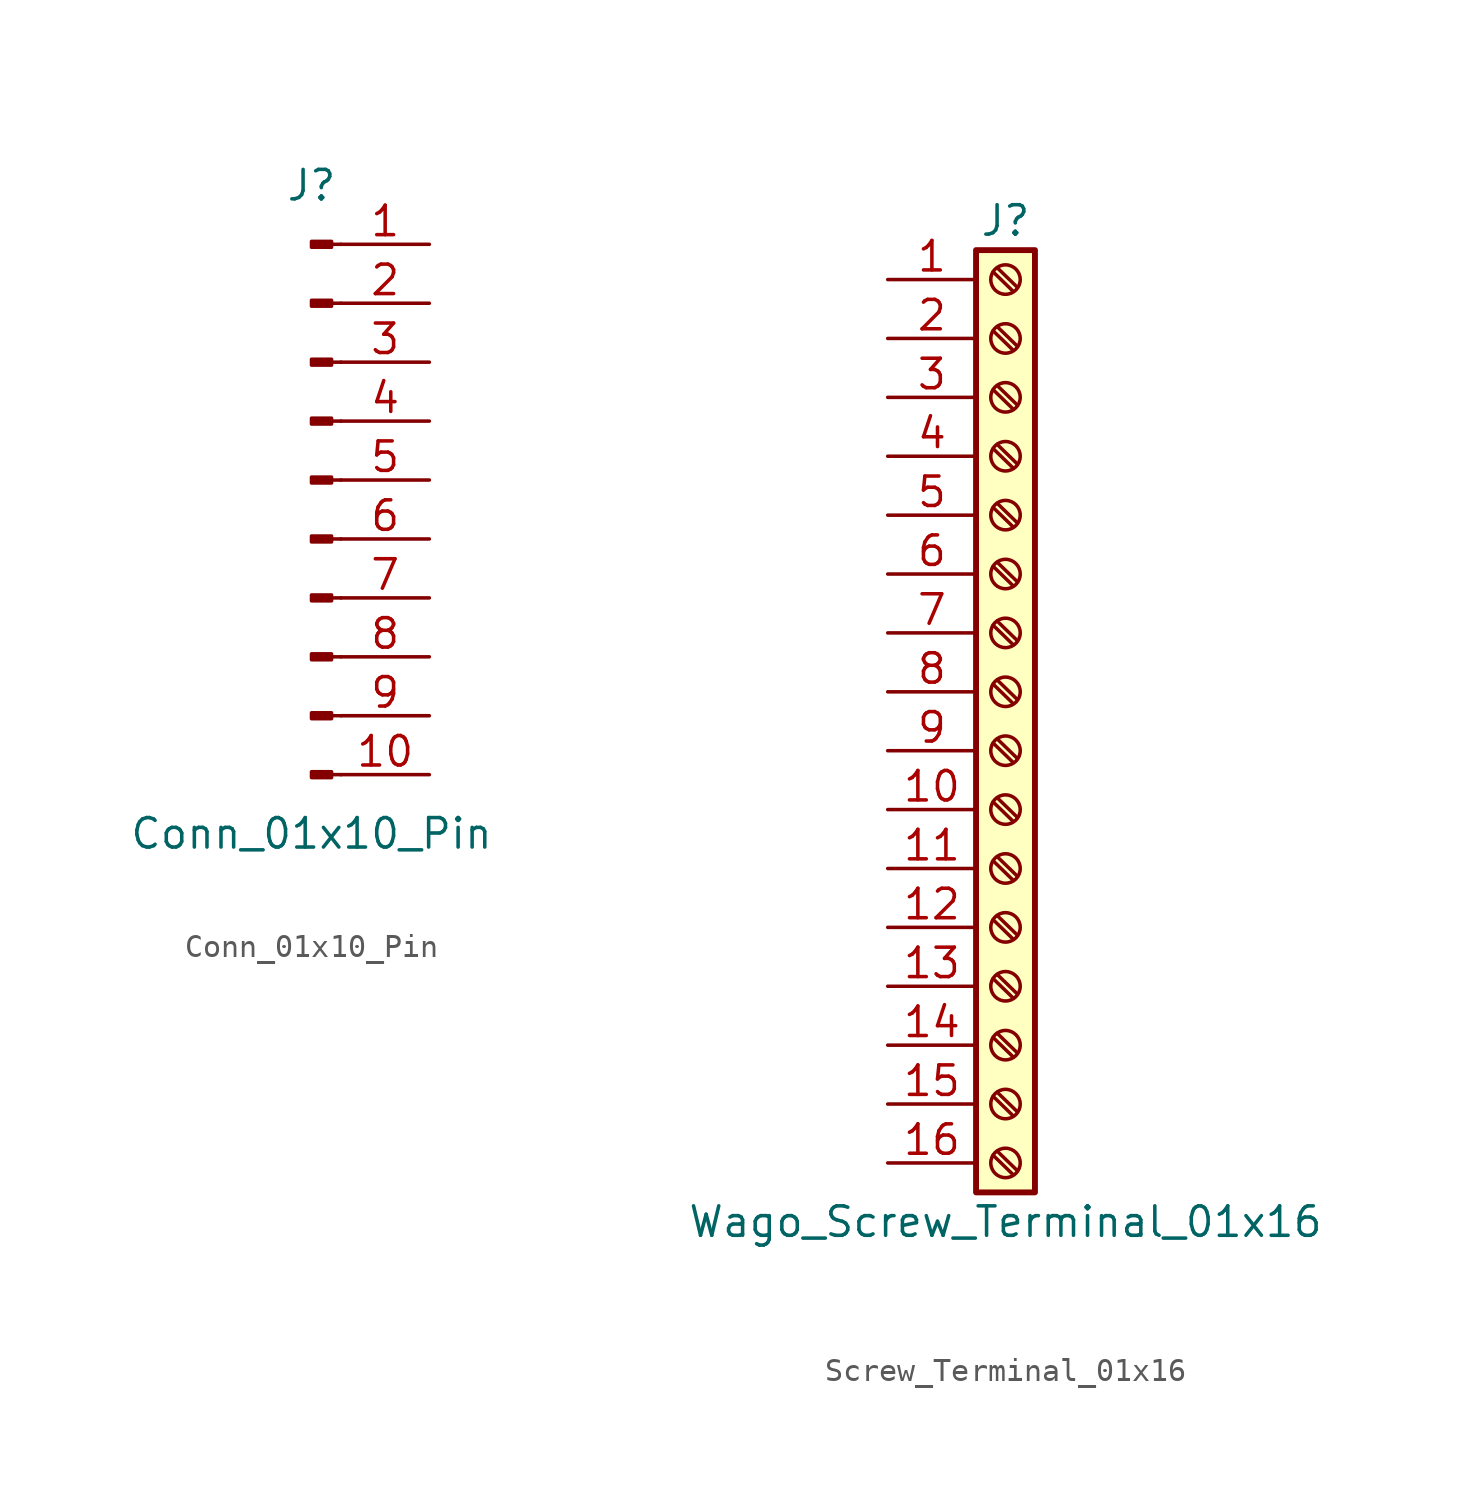
<source format=kicad_sym>
(kicad_symbol_lib
  (version 20220914)
  (generator kicad_symbol_editor)
  (symbol "Conn_01x10_Pin"
    (pin_names
      (offset 1.016) hide)
    (property "Reference" "J"
      (at 0 12.7 0)
      (effects (font (size 1.27 1.27))))
    (property "Value" "Conn_01x10_Pin"
      (at 0 -15.24 0)
      (effects (font (size 1.27 1.27))))
    (symbol "Conn_01x10_Pin_1_1"
      (polyline (pts (xy 1.27 -12.7) (xy 0.864 -12.7)) (stroke (width 0.152) (type default)) (fill (type none)))
      (polyline (pts (xy 1.27 -10.16) (xy 0.864 -10.16)) (stroke (width 0.152) (type default)) (fill (type none)))
      (polyline (pts (xy 1.27 -7.62) (xy 0.864 -7.62)) (stroke (width 0.152) (type default)) (fill (type none)))
      (polyline (pts (xy 1.27 -5.08) (xy 0.864 -5.08)) (stroke (width 0.152) (type default)) (fill (type none)))
      (polyline (pts (xy 1.27 -2.54) (xy 0.864 -2.54)) (stroke (width 0.152) (type default)) (fill (type none)))
      (polyline (pts (xy 1.27 0) (xy 0.864 0)) (stroke (width 0.152) (type default)) (fill (type none)))
      (polyline (pts (xy 1.27 2.54) (xy 0.864 2.54)) (stroke (width 0.152) (type default)) (fill (type none)))
      (polyline (pts (xy 1.27 5.08) (xy 0.864 5.08)) (stroke (width 0.152) (type default)) (fill (type none)))
      (polyline (pts (xy 1.27 7.62) (xy 0.864 7.62)) (stroke (width 0.152) (type default)) (fill (type none)))
      (polyline (pts (xy 1.27 10.16) (xy 0.864 10.16)) (stroke (width 0.152) (type default)) (fill (type none)))
      (rectangle (start 0.864 -12.573) (end 0 -12.827) (stroke (width 0.152) (type default)) (fill (type outline)))
      (rectangle (start 0.864 -10.033) (end 0 -10.287) (stroke (width 0.152) (type default)) (fill (type outline)))
      (rectangle (start 0.864 -7.493) (end 0 -7.747) (stroke (width 0.152) (type default)) (fill (type outline)))
      (rectangle (start 0.864 -4.953) (end 0 -5.207) (stroke (width 0.152) (type default)) (fill (type outline)))
      (rectangle (start 0.864 -2.413) (end 0 -2.667) (stroke (width 0.152) (type default)) (fill (type outline)))
      (rectangle (start 0.864 0.127) (end 0 -0.127) (stroke (width 0.152) (type default)) (fill (type outline)))
      (rectangle (start 0.864 2.667) (end 0 2.413) (stroke (width 0.152) (type default)) (fill (type outline)))
      (rectangle (start 0.864 5.207) (end 0 4.953) (stroke (width 0.152) (type default)) (fill (type outline)))
      (rectangle (start 0.864 7.747) (end 0 7.493) (stroke (width 0.152) (type default)) (fill (type outline)))
      (rectangle (start 0.864 10.287) (end 0 10.033) (stroke (width 0.152) (type default)) (fill (type outline)))
      (pin passive line (at 5.08 10.16 180) (length 3.81) (name "Pin_1" (effects (font (size 1.27 1.27)))) (number "1" (effects (font (size 1.27 1.27)))))
      (pin passive line (at 5.08 -12.7 180) (length 3.81) (name "Pin_10" (effects (font (size 1.27 1.27)))) (number "10" (effects (font (size 1.27 1.27)))))
      (pin passive line (at 5.08 7.62 180) (length 3.81) (name "Pin_2" (effects (font (size 1.27 1.27)))) (number "2" (effects (font (size 1.27 1.27)))))
      (pin passive line (at 5.08 5.08 180) (length 3.81) (name "Pin_3" (effects (font (size 1.27 1.27)))) (number "3" (effects (font (size 1.27 1.27)))))
      (pin passive line (at 5.08 2.54 180) (length 3.81) (name "Pin_4" (effects (font (size 1.27 1.27)))) (number "4" (effects (font (size 1.27 1.27)))))
      (pin passive line (at 5.08 0 180) (length 3.81) (name "Pin_5" (effects (font (size 1.27 1.27)))) (number "5" (effects (font (size 1.27 1.27)))))
      (pin passive line (at 5.08 -2.54 180) (length 3.81) (name "Pin_6" (effects (font (size 1.27 1.27)))) (number "6" (effects (font (size 1.27 1.27)))))
      (pin passive line (at 5.08 -5.08 180) (length 3.81) (name "Pin_7" (effects (font (size 1.27 1.27)))) (number "7" (effects (font (size 1.27 1.27)))))
      (pin passive line (at 5.08 -7.62 180) (length 3.81) (name "Pin_8" (effects (font (size 1.27 1.27)))) (number "8" (effects (font (size 1.27 1.27)))))
      (pin passive line (at 5.08 -10.16 180) (length 3.81) (name "Pin_9" (effects (font (size 1.27 1.27)))) (number "9" (effects (font (size 1.27 1.27)))))))
  (symbol "Screw_Terminal_01x16"
    (pin_names
      (offset 1.016) hide)
    (property "Reference" "J"
      (at 0 20.32 0)
      (effects (font (size 1.27 1.27))))
    (property "Value" "Wago_Screw_Terminal_01x16"
      (at 0 -22.86 0)
      (effects (font (size 1.27 1.27))))
    (symbol "Screw_Terminal_01x16_1_1"
      (rectangle (start -1.27 19.05) (end 1.27 -21.59) (stroke (width 0.254) (type default)) (fill (type background)))
      (circle (center 0 -20.32) (radius 0.635) (stroke (width 0.152) (type default)) (fill (type none)))
      (circle (center 0 -17.78) (radius 0.635) (stroke (width 0.152) (type default)) (fill (type none)))
      (circle (center 0 -15.24) (radius 0.635) (stroke (width 0.152) (type default)) (fill (type none)))
      (circle (center 0 -12.7) (radius 0.635) (stroke (width 0.152) (type default)) (fill (type none)))
      (circle (center 0 -10.16) (radius 0.635) (stroke (width 0.152) (type default)) (fill (type none)))
      (circle (center 0 -7.62) (radius 0.635) (stroke (width 0.152) (type default)) (fill (type none)))
      (circle (center 0 -5.08) (radius 0.635) (stroke (width 0.152) (type default)) (fill (type none)))
      (circle (center 0 -2.54) (radius 0.635) (stroke (width 0.152) (type default)) (fill (type none)))
      (polyline (pts (xy -0.533 -19.99) (xy 0.33 -20.828)) (stroke (width 0.152) (type default)) (fill (type none)))
      (polyline (pts (xy -0.533 -17.45) (xy 0.33 -18.288)) (stroke (width 0.152) (type default)) (fill (type none)))
      (polyline (pts (xy -0.533 -14.91) (xy 0.33 -15.748)) (stroke (width 0.152) (type default)) (fill (type none)))
      (polyline (pts (xy -0.533 -12.37) (xy 0.33 -13.208)) (stroke (width 0.152) (type default)) (fill (type none)))
      (polyline (pts (xy -0.533 -9.83) (xy 0.33 -10.668)) (stroke (width 0.152) (type default)) (fill (type none)))
      (polyline (pts (xy -0.533 -7.29) (xy 0.33 -8.128)) (stroke (width 0.152) (type default)) (fill (type none)))
      (polyline (pts (xy -0.533 -4.75) (xy 0.33 -5.588)) (stroke (width 0.152) (type default)) (fill (type none)))
      (polyline (pts (xy -0.533 -2.21) (xy 0.33 -3.048)) (stroke (width 0.152) (type default)) (fill (type none)))
      (polyline (pts (xy -0.533 0.33) (xy 0.33 -0.508)) (stroke (width 0.152) (type default)) (fill (type none)))
      (polyline (pts (xy -0.533 2.87) (xy 0.33 2.032)) (stroke (width 0.152) (type default)) (fill (type none)))
      (polyline (pts (xy -0.533 5.41) (xy 0.33 4.572)) (stroke (width 0.152) (type default)) (fill (type none)))
      (polyline (pts (xy -0.533 7.95) (xy 0.33 7.112)) (stroke (width 0.152) (type default)) (fill (type none)))
      (polyline (pts (xy -0.533 10.49) (xy 0.33 9.652)) (stroke (width 0.152) (type default)) (fill (type none)))
      (polyline (pts (xy -0.533 13.03) (xy 0.33 12.192)) (stroke (width 0.152) (type default)) (fill (type none)))
      (polyline (pts (xy -0.533 15.57) (xy 0.33 14.732)) (stroke (width 0.152) (type default)) (fill (type none)))
      (polyline (pts (xy -0.533 18.11) (xy 0.33 17.272)) (stroke (width 0.152) (type default)) (fill (type none)))
      (polyline (pts (xy -0.356 -19.812) (xy 0.508 -20.65)) (stroke (width 0.152) (type default)) (fill (type none)))
      (polyline (pts (xy -0.356 -17.272) (xy 0.508 -18.11)) (stroke (width 0.152) (type default)) (fill (type none)))
      (polyline (pts (xy -0.356 -14.732) (xy 0.508 -15.57)) (stroke (width 0.152) (type default)) (fill (type none)))
      (polyline (pts (xy -0.356 -12.192) (xy 0.508 -13.03)) (stroke (width 0.152) (type default)) (fill (type none)))
      (polyline (pts (xy -0.356 -9.652) (xy 0.508 -10.49)) (stroke (width 0.152) (type default)) (fill (type none)))
      (polyline (pts (xy -0.356 -7.112) (xy 0.508 -7.95)) (stroke (width 0.152) (type default)) (fill (type none)))
      (polyline (pts (xy -0.356 -4.572) (xy 0.508 -5.41)) (stroke (width 0.152) (type default)) (fill (type none)))
      (polyline (pts (xy -0.356 -2.032) (xy 0.508 -2.87)) (stroke (width 0.152) (type default)) (fill (type none)))
      (polyline (pts (xy -0.356 0.508) (xy 0.508 -0.33)) (stroke (width 0.152) (type default)) (fill (type none)))
      (polyline (pts (xy -0.356 3.048) (xy 0.508 2.21)) (stroke (width 0.152) (type default)) (fill (type none)))
      (polyline (pts (xy -0.356 5.588) (xy 0.508 4.75)) (stroke (width 0.152) (type default)) (fill (type none)))
      (polyline (pts (xy -0.356 8.128) (xy 0.508 7.29)) (stroke (width 0.152) (type default)) (fill (type none)))
      (polyline (pts (xy -0.356 10.668) (xy 0.508 9.83)) (stroke (width 0.152) (type default)) (fill (type none)))
      (polyline (pts (xy -0.356 13.208) (xy 0.508 12.37)) (stroke (width 0.152) (type default)) (fill (type none)))
      (polyline (pts (xy -0.356 15.748) (xy 0.508 14.91)) (stroke (width 0.152) (type default)) (fill (type none)))
      (polyline (pts (xy -0.356 18.288) (xy 0.508 17.45)) (stroke (width 0.152) (type default)) (fill (type none)))
      (circle (center 0 0) (radius 0.635) (stroke (width 0.152) (type default)) (fill (type none)))
      (circle (center 0 2.54) (radius 0.635) (stroke (width 0.152) (type default)) (fill (type none)))
      (circle (center 0 5.08) (radius 0.635) (stroke (width 0.152) (type default)) (fill (type none)))
      (circle (center 0 7.62) (radius 0.635) (stroke (width 0.152) (type default)) (fill (type none)))
      (circle (center 0 10.16) (radius 0.635) (stroke (width 0.152) (type default)) (fill (type none)))
      (circle (center 0 12.7) (radius 0.635) (stroke (width 0.152) (type default)) (fill (type none)))
      (circle (center 0 15.24) (radius 0.635) (stroke (width 0.152) (type default)) (fill (type none)))
      (circle (center 0 17.78) (radius 0.635) (stroke (width 0.152) (type default)) (fill (type none)))
      (pin passive line (at -5.08 17.78 0) (length 3.81) (name "Pin_1" (effects (font (size 1.27 1.27)))) (number "1" (effects (font (size 1.27 1.27)))))
      (pin passive line (at -5.08 -5.08 0) (length 3.81) (name "Pin_10" (effects (font (size 1.27 1.27)))) (number "10" (effects (font (size 1.27 1.27)))))
      (pin passive line (at -5.08 -7.62 0) (length 3.81) (name "Pin_11" (effects (font (size 1.27 1.27)))) (number "11" (effects (font (size 1.27 1.27)))))
      (pin passive line (at -5.08 -10.16 0) (length 3.81) (name "Pin_12" (effects (font (size 1.27 1.27)))) (number "12" (effects (font (size 1.27 1.27)))))
      (pin passive line (at -5.08 -12.7 0) (length 3.81) (name "Pin_13" (effects (font (size 1.27 1.27)))) (number "13" (effects (font (size 1.27 1.27)))))
      (pin passive line (at -5.08 -15.24 0) (length 3.81) (name "Pin_14" (effects (font (size 1.27 1.27)))) (number "14" (effects (font (size 1.27 1.27)))))
      (pin passive line (at -5.08 -17.78 0) (length 3.81) (name "Pin_15" (effects (font (size 1.27 1.27)))) (number "15" (effects (font (size 1.27 1.27)))))
      (pin passive line (at -5.08 -20.32 0) (length 3.81) (name "Pin_16" (effects (font (size 1.27 1.27)))) (number "16" (effects (font (size 1.27 1.27)))))
      (pin passive line (at -5.08 15.24 0) (length 3.81) (name "Pin_2" (effects (font (size 1.27 1.27)))) (number "2" (effects (font (size 1.27 1.27)))))
      (pin passive line (at -5.08 12.7 0) (length 3.81) (name "Pin_3" (effects (font (size 1.27 1.27)))) (number "3" (effects (font (size 1.27 1.27)))))
      (pin passive line (at -5.08 10.16 0) (length 3.81) (name "Pin_4" (effects (font (size 1.27 1.27)))) (number "4" (effects (font (size 1.27 1.27)))))
      (pin passive line (at -5.08 7.62 0) (length 3.81) (name "Pin_5" (effects (font (size 1.27 1.27)))) (number "5" (effects (font (size 1.27 1.27)))))
      (pin passive line (at -5.08 5.08 0) (length 3.81) (name "Pin_6" (effects (font (size 1.27 1.27)))) (number "6" (effects (font (size 1.27 1.27)))))
      (pin passive line (at -5.08 2.54 0) (length 3.81) (name "Pin_7" (effects (font (size 1.27 1.27)))) (number "7" (effects (font (size 1.27 1.27)))))
      (pin passive line (at -5.08 0 0) (length 3.81) (name "Pin_8" (effects (font (size 1.27 1.27)))) (number "8" (effects (font (size 1.27 1.27)))))
      (pin passive line (at -5.08 -2.54 0) (length 3.81) (name "Pin_9" (effects (font (size 1.27 1.27)))) (number "9" (effects (font (size 1.27 1.27))))))))
</source>
